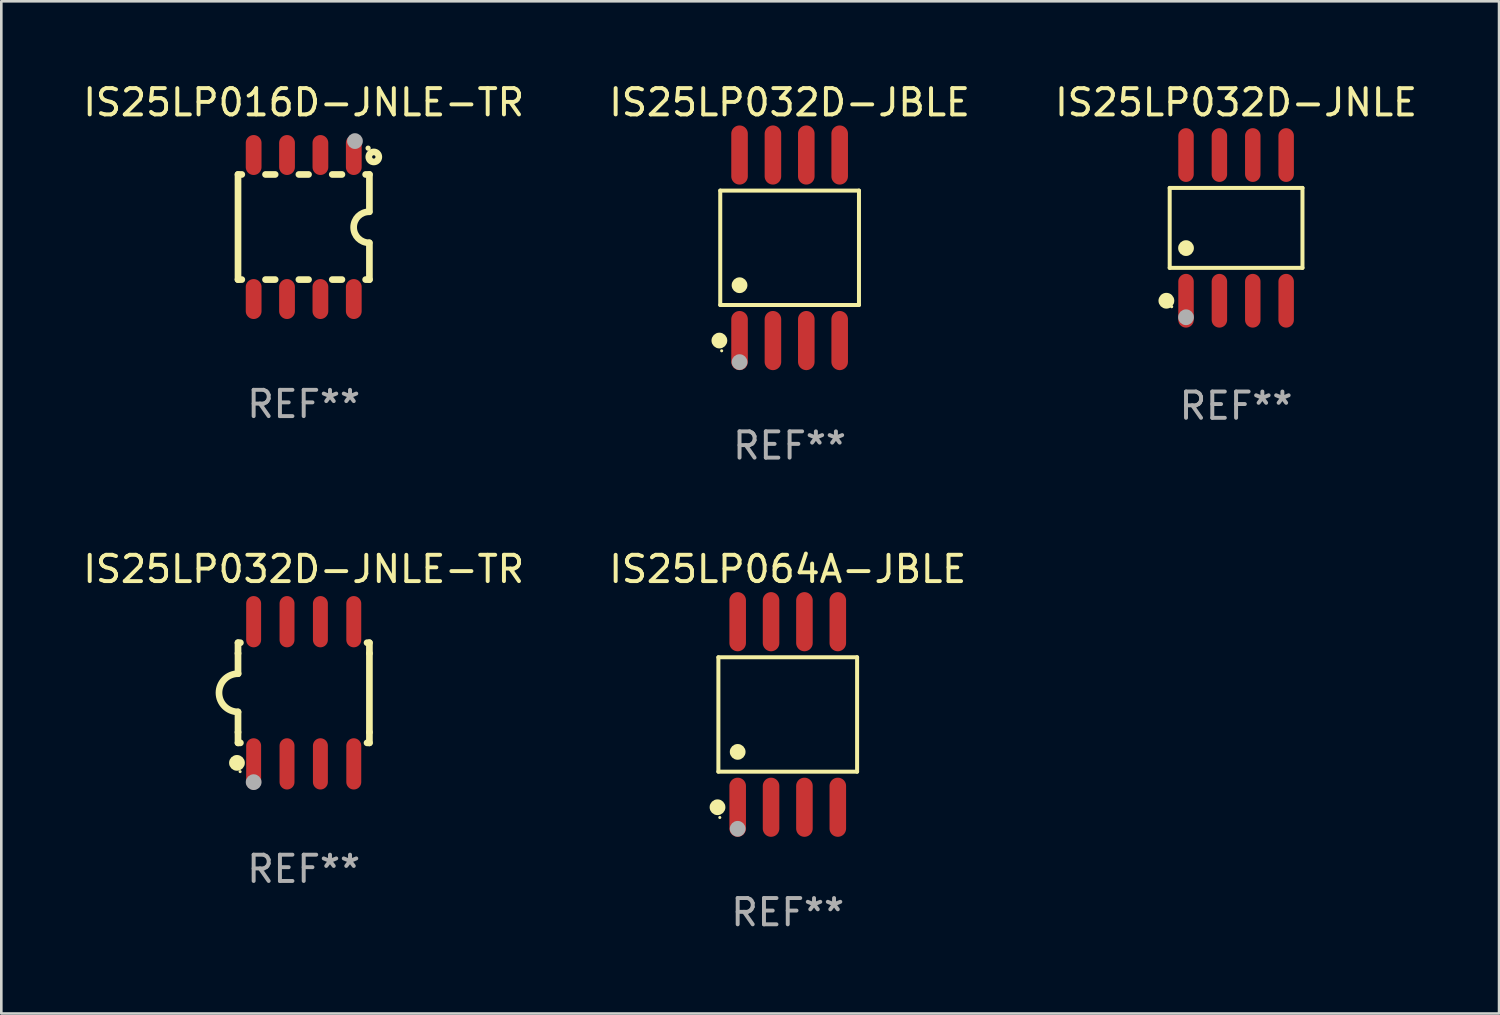
<source format=kicad_pcb>
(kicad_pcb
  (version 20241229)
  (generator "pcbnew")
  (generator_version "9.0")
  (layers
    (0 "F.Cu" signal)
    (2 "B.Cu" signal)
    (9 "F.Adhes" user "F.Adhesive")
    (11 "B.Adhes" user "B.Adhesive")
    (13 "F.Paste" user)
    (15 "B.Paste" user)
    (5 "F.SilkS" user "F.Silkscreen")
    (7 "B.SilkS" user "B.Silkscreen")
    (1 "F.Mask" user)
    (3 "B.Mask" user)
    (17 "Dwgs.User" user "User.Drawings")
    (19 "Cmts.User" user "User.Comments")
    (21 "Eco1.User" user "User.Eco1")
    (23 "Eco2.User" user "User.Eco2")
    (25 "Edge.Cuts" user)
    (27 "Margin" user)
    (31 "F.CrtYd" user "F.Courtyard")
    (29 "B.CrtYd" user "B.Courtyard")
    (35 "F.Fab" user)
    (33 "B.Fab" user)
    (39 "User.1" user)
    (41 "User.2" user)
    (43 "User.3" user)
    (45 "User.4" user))
  (footprint "IS25LP016D-JNLE-TR"
    (layer "F.Cu")
    (at 8.506 5.588)
    (property "Reference" "IS25LP016D-JNLE-TR" (at 0 -4.74 0) (layer "F.SilkS") (effects (font (size 1 1) (thickness 0.15))))
    (attr through_hole)
    (fp_line (start -2.5 2) (end -2.5 -2) (stroke (width 0.254) (type solid)) (layer "F.SilkS"))
    (fp_line (start -2.356 -2) (end -2.5 -2) (stroke (width 0.254) (type solid)) (layer "F.SilkS"))
    (fp_line (start -2.356 2) (end -2.5 2) (stroke (width 0.254) (type solid)) (layer "F.SilkS"))
    (fp_line (start -1.086 -2) (end -1.454 -2) (stroke (width 0.254) (type solid)) (layer "F.SilkS"))
    (fp_line (start -1.086 2) (end -1.454 2) (stroke (width 0.254) (type solid)) (layer "F.SilkS"))
    (fp_line (start 0.184 -2) (end -0.184 -2) (stroke (width 0.254) (type solid)) (layer "F.SilkS"))
    (fp_line (start 0.184 2) (end -0.184 2) (stroke (width 0.254) (type solid)) (layer "F.SilkS"))
    (fp_line (start 1.454 -2) (end 1.086 -2) (stroke (width 0.254) (type solid)) (layer "F.SilkS"))
    (fp_line (start 1.454 2) (end 1.086 2) (stroke (width 0.254) (type solid)) (layer "F.SilkS"))
    (fp_line (start 2.5 -2) (end 2.356 -2) (stroke (width 0.254) (type solid)) (layer "F.SilkS"))
    (fp_line (start 2.5 -0.58) (end 2.5 -2) (stroke (width 0.254) (type solid)) (layer "F.SilkS"))
    (fp_line (start 2.5 2) (end 2.356 2) (stroke (width 0.254) (type solid)) (layer "F.SilkS"))
    (fp_line (start 2.5 2) (end 2.5 0.6) (stroke (width 0.254) (type solid)) (layer "F.SilkS"))
    (fp_arc (start 2.489992 0.600051) (mid 1.901674 0.010046) (end 2.489992 -0.579959) (stroke (width 0.254001) (type solid)) (layer "F.SilkS"))
    (fp_circle (center 2.45 -3) (end 2.5 -3) (stroke (width 0.1) (type solid)) (fill no) (layer "F.SilkS"))
    (fp_circle (center 2.667 -2.667) (end 2.858 -2.667) (stroke (width 0.254) (type solid)) (fill no) (layer "F.SilkS"))
    (fp_circle (center 1.95 -3.27) (end 2.1 -3.27) (stroke (width 0.3) (type solid)) (fill no) (layer "F.Fab"))
    (fp_text user "REF**" (at 0 6.74 0) (layer "F.Fab") (effects (font (size 1 1) (thickness 0.15))))
    (pad "1" smd oval (at 1.905 -2.74) (size 0.6 1.52) (layers "F.Cu" "F.Mask" "F.Paste"))
    (pad "2" smd oval (at 0.635 -2.74) (size 0.6 1.52) (layers "F.Cu" "F.Mask" "F.Paste"))
    (pad "3" smd oval (at -0.635 -2.74) (size 0.6 1.52) (layers "F.Cu" "F.Mask" "F.Paste"))
    (pad "4" smd oval (at -1.905 -2.74) (size 0.6 1.52) (layers "F.Cu" "F.Mask" "F.Paste"))
    (pad "5" smd oval (at -1.905 2.74) (size 0.6 1.52) (layers "F.Cu" "F.Mask" "F.Paste"))
    (pad "6" smd oval (at -0.635 2.74) (size 0.6 1.52) (layers "F.Cu" "F.Mask" "F.Paste"))
    (pad "7" smd oval (at 0.635 2.74) (size 0.6 1.52) (layers "F.Cu" "F.Mask" "F.Paste"))
    (pad "8" smd oval (at 1.905 2.74) (size 0.6 1.52) (layers "F.Cu" "F.Mask" "F.Paste")))
  (footprint "IS25LP064A-JBLE"
    (layer "F.Cu")
    (at 26.923 24.135)
    (property "Reference" "IS25LP064A-JBLE" (at 0 -5.53 0) (layer "F.SilkS") (effects (font (size 1 1) (thickness 0.15))))
    (attr through_hole)
    (fp_line (start -2.639 -2.176) (end 2.639 -2.176) (stroke (width 0.152) (type solid)) (layer "F.SilkS"))
    (fp_line (start -2.639 2.176) (end -2.639 -2.176) (stroke (width 0.152) (type solid)) (layer "F.SilkS"))
    (fp_line (start 2.639 -2.176) (end 2.639 2.176) (stroke (width 0.152) (type solid)) (layer "F.SilkS"))
    (fp_line (start 2.639 2.176) (end -2.639 2.176) (stroke (width 0.152) (type solid)) (layer "F.SilkS"))
    (fp_circle (center -2.672 3.53) (end -2.522 3.53) (stroke (width 0.3) (type solid)) (fill no) (layer "F.SilkS"))
    (fp_circle (center -2.585 3.92) (end -2.555 3.92) (stroke (width 0.06) (type solid)) (fill no) (layer "F.SilkS"))
    (fp_circle (center -1.905 1.424) (end -1.755 1.424) (stroke (width 0.3) (type solid)) (fill no) (layer "F.SilkS"))
    (fp_circle (center -1.905 4.35) (end -1.755 4.35) (stroke (width 0.3) (type solid)) (fill no) (layer "F.Fab"))
    (fp_text user "REF**" (at 0 7.53 0) (layer "F.Fab") (effects (font (size 1 1) (thickness 0.15))))
    (pad "1" smd oval (at -1.905 3.53) (size 0.63 2.25) (layers "F.Cu" "F.Mask" "F.Paste"))
    (pad "2" smd oval (at -0.635 3.53) (size 0.63 2.25) (layers "F.Cu" "F.Mask" "F.Paste"))
    (pad "3" smd oval (at 0.635 3.53) (size 0.63 2.25) (layers "F.Cu" "F.Mask" "F.Paste"))
    (pad "4" smd oval (at 1.905 3.53) (size 0.63 2.25) (layers "F.Cu" "F.Mask" "F.Paste"))
    (pad "5" smd oval (at 1.905 -3.53) (size 0.63 2.25) (layers "F.Cu" "F.Mask" "F.Paste"))
    (pad "6" smd oval (at 0.635 -3.53) (size 0.63 2.25) (layers "F.Cu" "F.Mask" "F.Paste"))
    (pad "7" smd oval (at -0.635 -3.53) (size 0.63 2.25) (layers "F.Cu" "F.Mask" "F.Paste"))
    (pad "8" smd oval (at -1.905 -3.53) (size 0.63 2.25) (layers "F.Cu" "F.Mask" "F.Paste")))
  (footprint "IS25LP032D-JNLE-TR"
    (layer "F.Cu")
    (at 8.506 23.31)
    (property "Reference" "IS25LP032D-JNLE-TR" (at 0 -4.705 0) (layer "F.SilkS") (effects (font (size 1 1) (thickness 0.15))))
    (attr through_hole)
    (fp_line (start -2.5 -1.905) (end -2.409 -1.905) (stroke (width 0.254) (type solid)) (layer "F.SilkS"))
    (fp_line (start -2.5 -1.5) (end -2.5 -1.905) (stroke (width 0.254) (type solid)) (layer "F.SilkS"))
    (fp_line (start -2.5 -1.5) (end -2.5 -0.726) (stroke (width 0.254) (type solid)) (layer "F.SilkS"))
    (fp_line (start -2.5 1.5) (end -2.5 0.727) (stroke (width 0.254) (type solid)) (layer "F.SilkS"))
    (fp_line (start -2.5 1.5) (end -2.5 1.905) (stroke (width 0.254) (type solid)) (layer "F.SilkS"))
    (fp_line (start -2.5 1.905) (end -2.409 1.905) (stroke (width 0.254) (type solid)) (layer "F.SilkS"))
    (fp_line (start 2.5 -1.905) (end 2.409 -1.905) (stroke (width 0.254) (type solid)) (layer "F.SilkS"))
    (fp_line (start 2.5 -1.5) (end 2.5 -1.905) (stroke (width 0.254) (type solid)) (layer "F.SilkS"))
    (fp_line (start 2.5 -1.5) (end 2.5 1.5) (stroke (width 0.254) (type solid)) (layer "F.SilkS"))
    (fp_line (start 2.5 1.5) (end 2.5 1.905) (stroke (width 0.254) (type solid)) (layer "F.SilkS"))
    (fp_line (start 2.5 1.905) (end 2.409 1.905) (stroke (width 0.254) (type solid)) (layer "F.SilkS"))
    (fp_arc (start -2.5 0.726568) (mid -3.220316 -0.0023) (end -2.495097 -0.726289) (stroke (width 0.254001) (type solid)) (layer "F.SilkS"))
    (fp_circle (center -2.54 2.667) (end -2.39 2.667) (stroke (width 0.3) (type solid)) (fill no) (layer "F.SilkS"))
    (fp_circle (center -2.42 3) (end -2.39 3) (stroke (width 0.06) (type solid)) (fill no) (layer "F.SilkS"))
    (fp_circle (center -1.905 3.4) (end -1.755 3.4) (stroke (width 0.3) (type solid)) (fill no) (layer "F.Fab"))
    (fp_text user "REF**" (at 0 6.705 0) (layer "F.Fab") (effects (font (size 1 1) (thickness 0.15))))
    (pad "1" smd oval (at -1.905 2.705) (size 0.568 1.95) (layers "F.Cu" "F.Mask" "F.Paste"))
    (pad "2" smd oval (at -0.635 2.705) (size 0.568 1.95) (layers "F.Cu" "F.Mask" "F.Paste"))
    (pad "3" smd oval (at 0.635 2.705) (size 0.568 1.95) (layers "F.Cu" "F.Mask" "F.Paste"))
    (pad "4" smd oval (at 1.905 2.705) (size 0.568 1.95) (layers "F.Cu" "F.Mask" "F.Paste"))
    (pad "5" smd oval (at 1.905 -2.705) (size 0.568 1.95) (layers "F.Cu" "F.Mask" "F.Paste"))
    (pad "6" smd oval (at 0.635 -2.705) (size 0.568 1.95) (layers "F.Cu" "F.Mask" "F.Paste"))
    (pad "7" smd oval (at -0.635 -2.705) (size 0.568 1.95) (layers "F.Cu" "F.Mask" "F.Paste"))
    (pad "8" smd oval (at -1.905 -2.705) (size 0.568 1.95) (layers "F.Cu" "F.Mask" "F.Paste")))
  (footprint "IS25LP032D-JNLE"
    (layer "F.Cu")
    (at 43.982 5.621)
    (property "Reference" "IS25LP032D-JNLE" (at 0 -4.772 0) (layer "F.SilkS") (effects (font (size 1 1) (thickness 0.15))))
    (attr through_hole)
    (fp_line (start -2.526 -1.521) (end 2.526 -1.521) (stroke (width 0.152) (type solid)) (layer "F.SilkS"))
    (fp_line (start -2.526 1.521) (end -2.526 -1.521) (stroke (width 0.152) (type solid)) (layer "F.SilkS"))
    (fp_line (start 2.526 -1.521) (end 2.526 1.521) (stroke (width 0.152) (type solid)) (layer "F.SilkS"))
    (fp_line (start 2.526 1.521) (end -2.526 1.521) (stroke (width 0.152) (type solid)) (layer "F.SilkS"))
    (fp_circle (center -2.652 2.772) (end -2.501 2.772) (stroke (width 0.3) (type solid)) (fill no) (layer "F.SilkS"))
    (fp_circle (center -2.45 3) (end -2.42 3) (stroke (width 0.06) (type solid)) (fill no) (layer "F.SilkS"))
    (fp_circle (center -1.905 0.769) (end -1.755 0.769) (stroke (width 0.3) (type solid)) (fill no) (layer "F.SilkS"))
    (fp_circle (center -1.905 3.4) (end -1.755 3.4) (stroke (width 0.3) (type solid)) (fill no) (layer "F.Fab"))
    (fp_text user "REF**" (at 0 6.772 0) (layer "F.Fab") (effects (font (size 1 1) (thickness 0.15))))
    (pad "1" smd oval (at -1.905 2.772) (size 0.588 2.045) (layers "F.Cu" "F.Mask" "F.Paste"))
    (pad "2" smd oval (at -0.635 2.772) (size 0.588 2.045) (layers "F.Cu" "F.Mask" "F.Paste"))
    (pad "3" smd oval (at 0.635 2.772) (size 0.588 2.045) (layers "F.Cu" "F.Mask" "F.Paste"))
    (pad "4" smd oval (at 1.905 2.772) (size 0.588 2.045) (layers "F.Cu" "F.Mask" "F.Paste"))
    (pad "5" smd oval (at 1.905 -2.772) (size 0.588 2.045) (layers "F.Cu" "F.Mask" "F.Paste"))
    (pad "6" smd oval (at 0.635 -2.772) (size 0.588 2.045) (layers "F.Cu" "F.Mask" "F.Paste"))
    (pad "7" smd oval (at -0.635 -2.772) (size 0.588 2.045) (layers "F.Cu" "F.Mask" "F.Paste"))
    (pad "8" smd oval (at -1.905 -2.772) (size 0.588 2.045) (layers "F.Cu" "F.Mask" "F.Paste")))
  (footprint "IS25LP032D-JBLE"
    (layer "F.Cu")
    (at 26.994 6.378)
    (property "Reference" "IS25LP032D-JBLE" (at 0 -5.53 0) (layer "F.SilkS") (effects (font (size 1 1) (thickness 0.15))))
    (attr through_hole)
    (fp_line (start -2.639 -2.176) (end 2.639 -2.176) (stroke (width 0.152) (type solid)) (layer "F.SilkS"))
    (fp_line (start -2.639 2.176) (end -2.639 -2.176) (stroke (width 0.152) (type solid)) (layer "F.SilkS"))
    (fp_line (start 2.639 -2.176) (end 2.639 2.176) (stroke (width 0.152) (type solid)) (layer "F.SilkS"))
    (fp_line (start 2.639 2.176) (end -2.639 2.176) (stroke (width 0.152) (type solid)) (layer "F.SilkS"))
    (fp_circle (center -2.672 3.53) (end -2.522 3.53) (stroke (width 0.3) (type solid)) (fill no) (layer "F.SilkS"))
    (fp_circle (center -2.585 3.92) (end -2.555 3.92) (stroke (width 0.06) (type solid)) (fill no) (layer "F.SilkS"))
    (fp_circle (center -1.905 1.424) (end -1.755 1.424) (stroke (width 0.3) (type solid)) (fill no) (layer "F.SilkS"))
    (fp_circle (center -1.905 4.35) (end -1.755 4.35) (stroke (width 0.3) (type solid)) (fill no) (layer "F.Fab"))
    (fp_text user "REF**" (at 0 7.53 0) (layer "F.Fab") (effects (font (size 1 1) (thickness 0.15))))
    (pad "1" smd oval (at -1.905 3.53) (size 0.63 2.25) (layers "F.Cu" "F.Mask" "F.Paste"))
    (pad "2" smd oval (at -0.635 3.53) (size 0.63 2.25) (layers "F.Cu" "F.Mask" "F.Paste"))
    (pad "3" smd oval (at 0.635 3.53) (size 0.63 2.25) (layers "F.Cu" "F.Mask" "F.Paste"))
    (pad "4" smd oval (at 1.905 3.53) (size 0.63 2.25) (layers "F.Cu" "F.Mask" "F.Paste"))
    (pad "5" smd oval (at 1.905 -3.53) (size 0.63 2.25) (layers "F.Cu" "F.Mask" "F.Paste"))
    (pad "6" smd oval (at 0.635 -3.53) (size 0.63 2.25) (layers "F.Cu" "F.Mask" "F.Paste"))
    (pad "7" smd oval (at -0.635 -3.53) (size 0.63 2.25) (layers "F.Cu" "F.Mask" "F.Paste"))
    (pad "8" smd oval (at -1.905 -3.53) (size 0.63 2.25) (layers "F.Cu" "F.Mask" "F.Paste")))
  (gr_rect
    (start -3 -3)
    (end 53.988 35.513)
    (stroke (width 0.1) (type default))
    (fill no)
    (layer "Edge.Cuts")))
</source>
